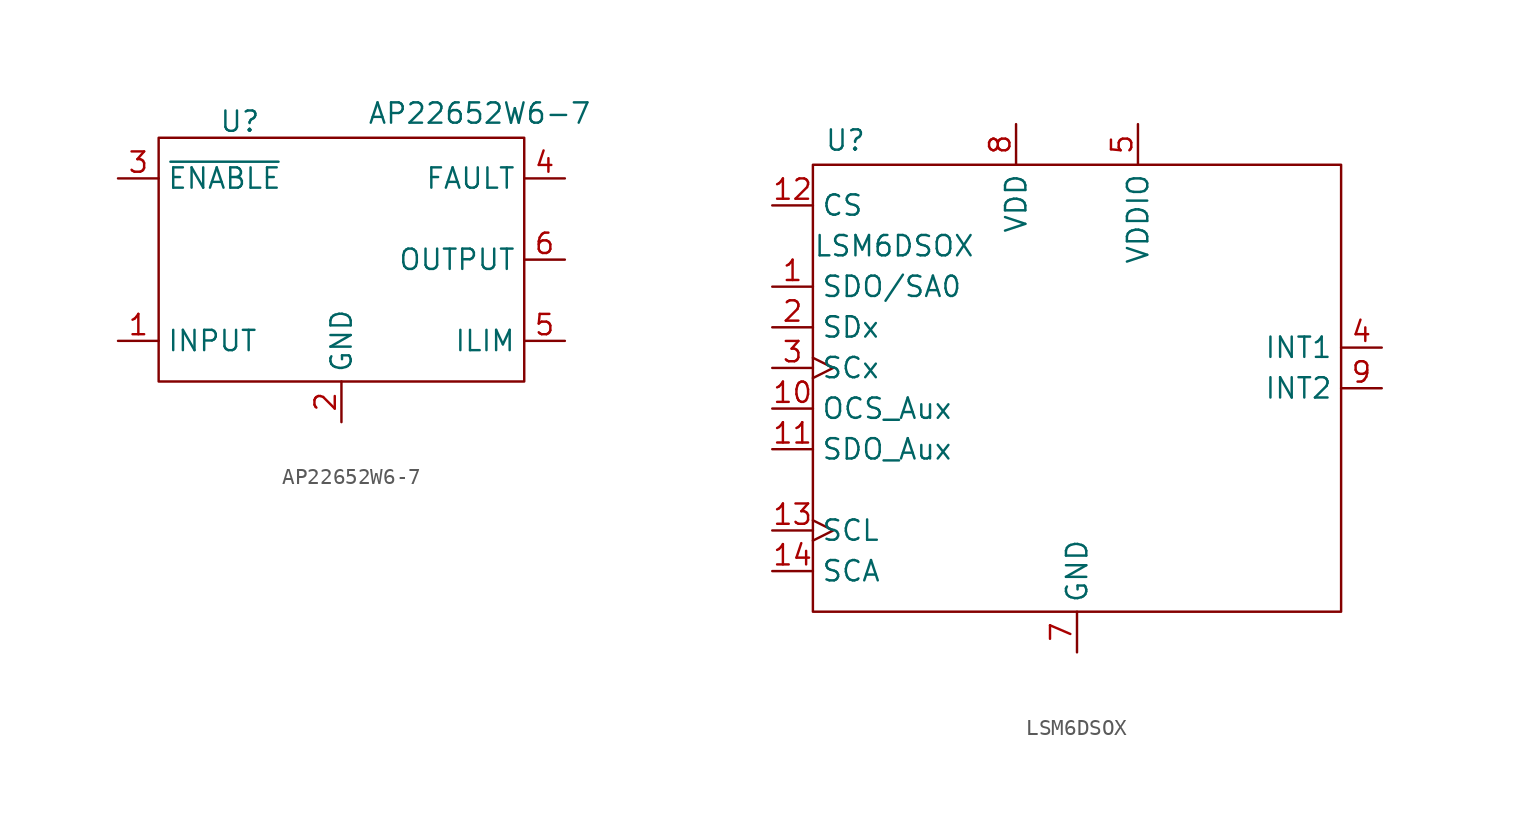
<source format=kicad_sym>
(kicad_symbol_lib
  (version 20241209)
  (generator "kicad_symbol_editor")
  (generator_version "9.0")
  (symbol "AP22652W6-7"
    (property "Reference" "U"
      (at -6.35 8.636 0)
      (effects (font (size 1.27 1.27))))
    (property "Value" "AP22652W6-7"
      (at 8.636 9.144 0)
      (effects (font (size 1.27 1.27))))
    (symbol "AP22652W6-7_0_1"
      (rectangle (start -11.43 7.62) (end 11.43 -7.62) (stroke (width 0) (type default)) (fill (type none))))
    (symbol "AP22652W6-7_1_1"
      (pin output line (at -13.97 5.08 0) (length 2.54) (name "~{ENABLE}" (effects (font (size 1.27 1.27)))) (number "3" (effects (font (size 1.27 1.27)))))
      (pin input line (at -13.97 -5.08 0) (length 2.54) (name "INPUT" (effects (font (size 1.27 1.27)))) (number "1" (effects (font (size 1.27 1.27)))))
      (pin output line (at 0 -10.16 90) (length 2.54) (name "GND" (effects (font (size 1.27 1.27)))) (number "2" (effects (font (size 1.27 1.27)))))
      (pin output line (at 13.97 5.08 180) (length 2.54) (name "FAULT" (effects (font (size 1.27 1.27)))) (number "4" (effects (font (size 1.27 1.27)))))
      (pin output line (at 13.97 0 180) (length 2.54) (name "OUTPUT" (effects (font (size 1.27 1.27)))) (number "6" (effects (font (size 1.27 1.27)))))
      (pin output line (at 13.97 -5.08 180) (length 2.54) (name "ILIM" (effects (font (size 1.27 1.27)))) (number "5" (effects (font (size 1.27 1.27)))))))
  (symbol "LSM6DSOX"
    (property "Reference" "U"
      (at -3.048 6.604 0)
      (effects (font (size 1.27 1.27))))
    (property "Value" "LSM6DSOX"
      (at 0 0 0)
      (effects (font (size 1.27 1.27))))
    (symbol "LSM6DSOX_0_1"
      (rectangle (start -5.08 5.08) (end 27.94 -22.86) (stroke (width 0) (type default)) (fill (type none))))
    (symbol "LSM6DSOX_1_1"
      (pin input line (at -7.62 2.54 0) (length 2.54) (name "CS" (effects (font (size 1.27 1.27)))) (number "12" (effects (font (size 1.27 1.27)))))
      (pin output line (at -7.62 -2.54 0) (length 2.54) (name "SDO/SA0" (effects (font (size 1.27 1.27)))) (number "1" (effects (font (size 1.27 1.27)))))
      (pin output line (at -7.62 -5.08 0) (length 2.54) (name "SDx" (effects (font (size 1.27 1.27)))) (number "2" (effects (font (size 1.27 1.27)))))
      (pin input clock (at -7.62 -7.62 0) (length 2.54) (name "SCx" (effects (font (size 1.27 1.27)))) (number "3" (effects (font (size 1.27 1.27)))))
      (pin input line (at -7.62 -10.16 0) (length 2.54) (name "OCS_Aux" (effects (font (size 1.27 1.27)))) (number "10" (effects (font (size 1.27 1.27)))))
      (pin input line (at -7.62 -12.7 0) (length 2.54) (name "SDO_Aux" (effects (font (size 1.27 1.27)))) (number "11" (effects (font (size 1.27 1.27)))))
      (pin input clock (at -7.62 -17.78 0) (length 2.54) (name "SCL" (effects (font (size 1.27 1.27)))) (number "13" (effects (font (size 1.27 1.27)))))
      (pin input line (at -7.62 -20.32 0) (length 2.54) (name "SCA" (effects (font (size 1.27 1.27)))) (number "14" (effects (font (size 1.27 1.27)))))
      (pin input line (at 7.62 7.62 270) (length 2.54) (name "VDD" (effects (font (size 1.27 1.27)))) (number "8" (effects (font (size 1.27 1.27)))))
      (pin power_out line (at 11.43 -25.4 90) (length 2.54) (hide yes) (name "GND" (effects (font (size 1.27 1.27)))) (number "6" (effects (font (size 1.27 1.27)))))
      (pin power_out line (at 11.43 -25.4 90) (length 2.54) (name "GND" (effects (font (size 1.27 1.27)))) (number "7" (effects (font (size 1.27 1.27)))))
      (pin power_in line (at 15.24 7.62 270) (length 2.54) (name "VDDIO" (effects (font (size 1.27 1.27)))) (number "5" (effects (font (size 1.27 1.27)))))
      (pin output line (at 30.48 -6.35 180) (length 2.54) (name "INT1" (effects (font (size 1.27 1.27)))) (number "4" (effects (font (size 1.27 1.27)))))
      (pin output line (at 30.48 -8.89 180) (length 2.54) (name "INT2" (effects (font (size 1.27 1.27)))) (number "9" (effects (font (size 1.27 1.27))))))))
</source>
